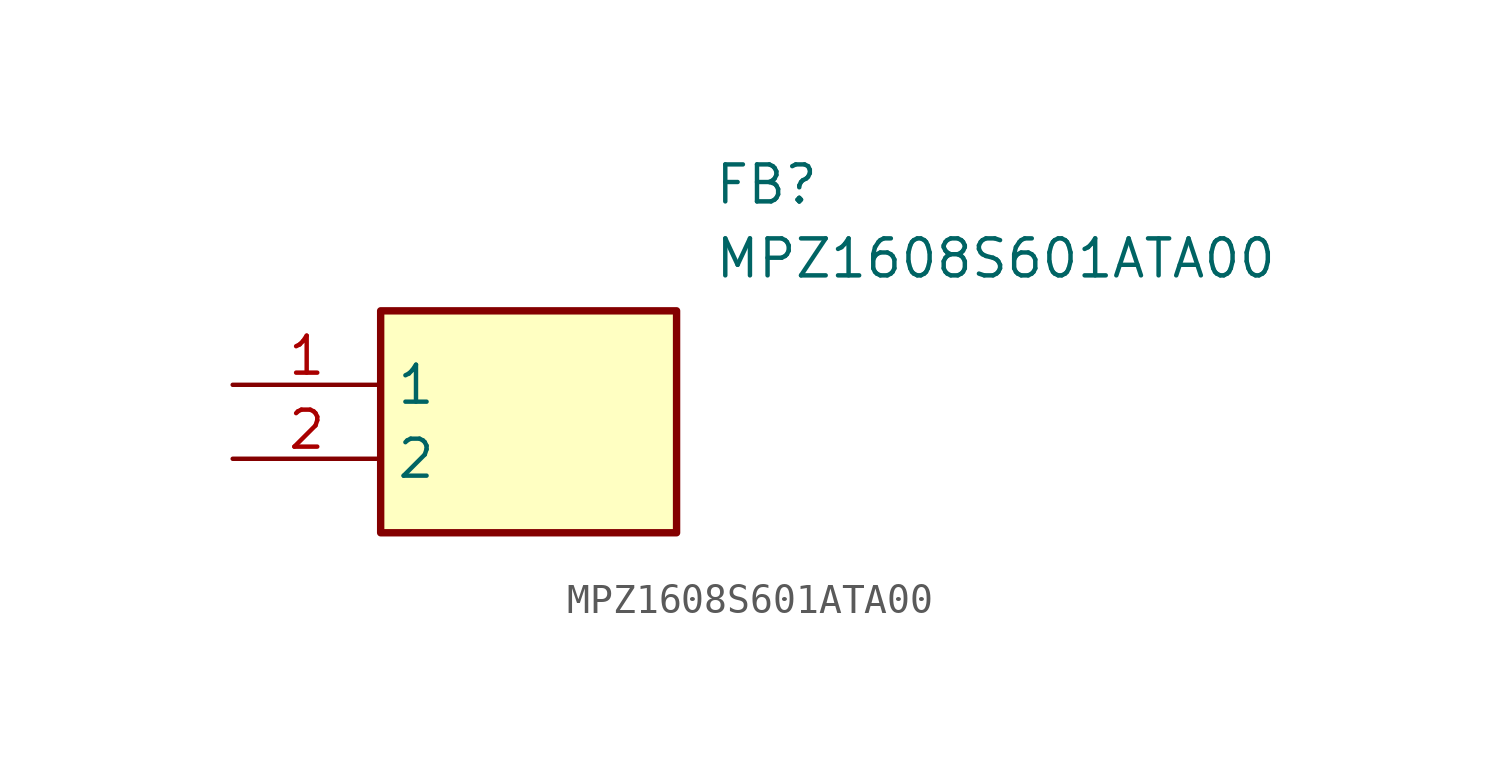
<source format=kicad_sym>
(kicad_symbol_lib
  (version 20211014)
  (generator SamacSys_ECAD_Model)
  (symbol "MPZ1608S601ATA00"
    (property "Reference" "FB"
      (at 16.51 7.62 0)
      (effects (font (size 1.27 1.27)) (justify left top)))
    (property "Value" "MPZ1608S601ATA00"
      (at 16.51 5.08 0)
      (effects (font (size 1.27 1.27)) (justify left top)))
    (rectangle
      (start 5.08 2.54)
      (end 15.24 -5.08)
      (stroke (width 0.254) (type default))
      (fill (type background)))
    (pin passive line
      (at 0 0 0)
      (length 5.08)
      (name "1" (effects (font (size 1.27 1.27))))
      (number "1" (effects (font (size 1.27 1.27)))))
    (pin passive line
      (at 0 -2.54 0)
      (length 5.08)
      (name "2" (effects (font (size 1.27 1.27))))
      (number "2" (effects (font (size 1.27 1.27)))))))
</source>
